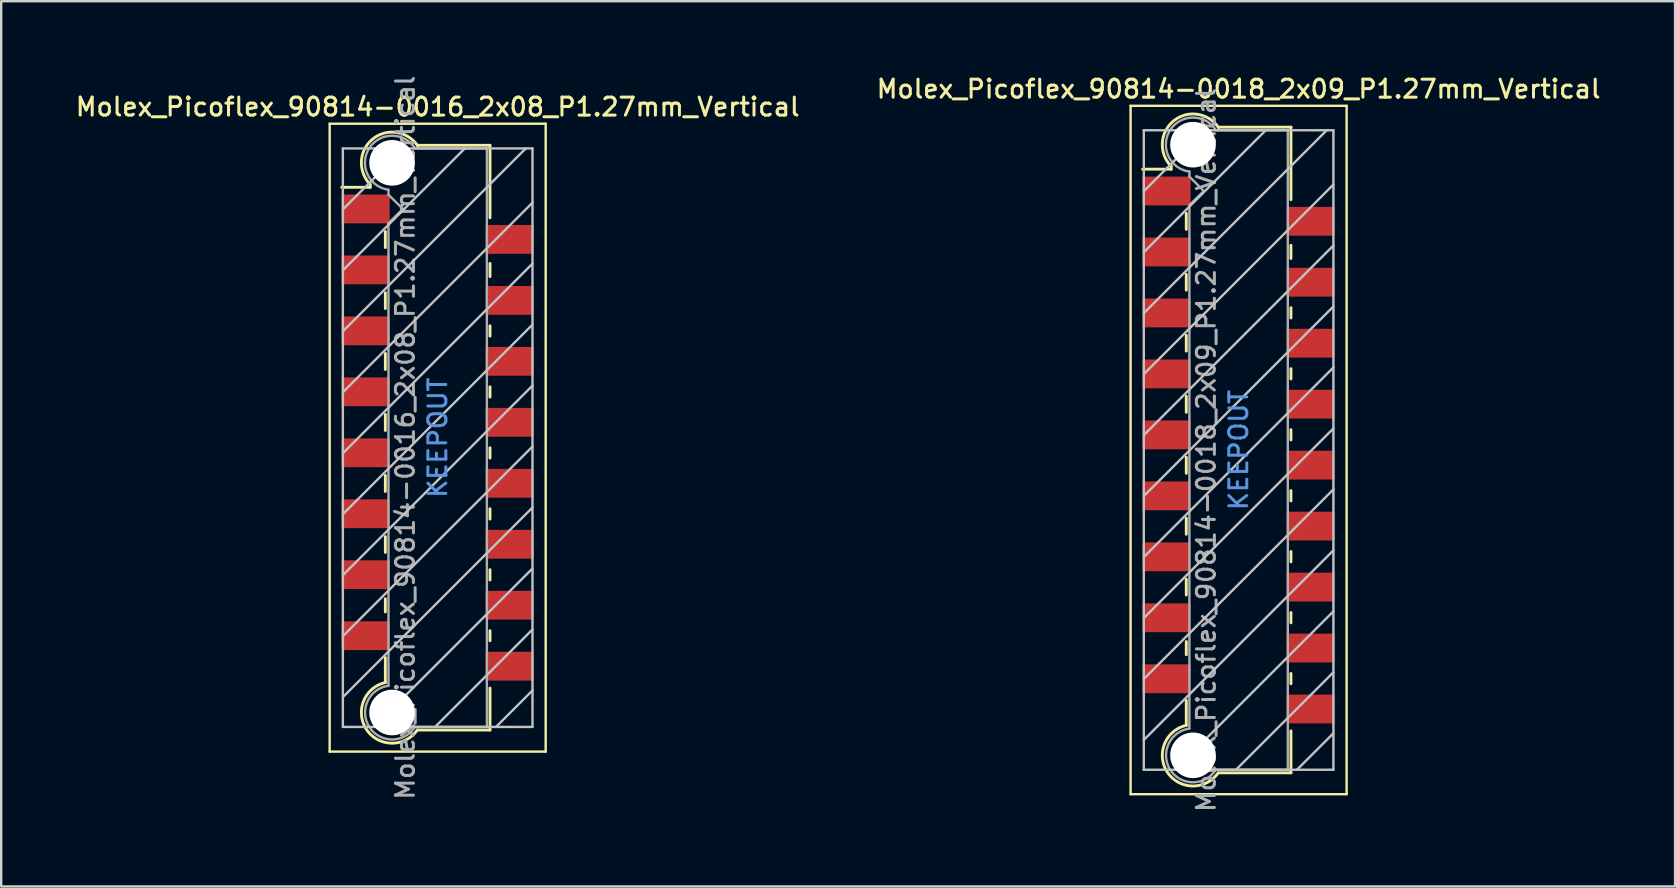
<source format=kicad_pcb>
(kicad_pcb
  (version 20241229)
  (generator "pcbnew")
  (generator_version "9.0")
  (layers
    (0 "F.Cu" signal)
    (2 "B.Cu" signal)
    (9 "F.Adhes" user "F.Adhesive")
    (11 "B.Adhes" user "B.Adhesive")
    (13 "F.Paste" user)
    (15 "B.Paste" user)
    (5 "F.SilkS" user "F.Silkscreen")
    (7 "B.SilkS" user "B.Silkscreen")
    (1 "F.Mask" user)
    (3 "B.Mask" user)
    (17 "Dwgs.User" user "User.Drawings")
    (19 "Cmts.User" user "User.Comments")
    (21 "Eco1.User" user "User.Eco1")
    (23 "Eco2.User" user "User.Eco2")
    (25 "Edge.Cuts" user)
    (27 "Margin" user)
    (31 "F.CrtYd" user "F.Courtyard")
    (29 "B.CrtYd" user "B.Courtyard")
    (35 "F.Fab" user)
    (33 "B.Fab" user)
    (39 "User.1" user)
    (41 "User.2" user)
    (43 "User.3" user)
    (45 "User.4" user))
  (footprint "Molex_Picoflex_90814-0016_2x08_P1.27mm_Vertical"
    (layer "F.Cu")
    (at 15.184 15.184)
    (property "Reference" "Molex_Picoflex_90814-0016_2x08_P1.27mm_Vertical" (at 0 -13.78 0) (layer "F.SilkS") (effects (font (size 0.75 0.75) (thickness 0.125))))
    (attr smd)
    (fp_line (start -4.5 -13.08) (end -4.5 13.08) (stroke (width 0.1) (type solid)) (layer "F.SilkS"))
    (fp_line (start -4.5 13.08) (end 4.5 13.08) (stroke (width 0.1) (type solid)) (layer "F.SilkS"))
    (fp_line (start -2.81 -10.55) (end -2.81 -10.43) (stroke (width 0.12) (type solid)) (layer "F.SilkS"))
    (fp_line (start -2.81 -10.43) (end -4 -10.43) (stroke (width 0.12) (type solid)) (layer "F.SilkS"))
    (fp_line (start -2.18 -7.92) (end -2.18 -8.59) (stroke (width 0.12) (type solid)) (layer "F.SilkS"))
    (fp_line (start -2.18 -5.38) (end -2.18 -6.04) (stroke (width 0.12) (type solid)) (layer "F.SilkS"))
    (fp_line (start -2.18 -2.84) (end -2.18 -3.51) (stroke (width 0.12) (type solid)) (layer "F.SilkS"))
    (fp_line (start -2.18 -0.3) (end -2.18 -0.97) (stroke (width 0.12) (type solid)) (layer "F.SilkS"))
    (fp_line (start -2.18 2.24) (end -2.18 1.57) (stroke (width 0.12) (type solid)) (layer "F.SilkS"))
    (fp_line (start -2.18 4.78) (end -2.18 4.12) (stroke (width 0.12) (type solid)) (layer "F.SilkS"))
    (fp_line (start -2.18 7.26) (end -2.18 6.71) (stroke (width 0.12) (type solid)) (layer "F.SilkS"))
    (fp_line (start -2.18 10.2) (end -2.18 9.16) (stroke (width 0.12) (type solid)) (layer "F.SilkS"))
    (fp_line (start 2.18 -12.18) (end -0.82 -12.18) (stroke (width 0.12) (type solid)) (layer "F.SilkS"))
    (fp_line (start 2.18 -12.18) (end 2.18 -9.16) (stroke (width 0.12) (type solid)) (layer "F.SilkS"))
    (fp_line (start 2.18 -7.26) (end 2.18 -6.71) (stroke (width 0.12) (type solid)) (layer "F.SilkS"))
    (fp_line (start 2.18 -4.66) (end 2.18 -4.23) (stroke (width 0.12) (type solid)) (layer "F.SilkS"))
    (fp_line (start 2.18 -2.12) (end 2.18 -1.69) (stroke (width 0.12) (type solid)) (layer "F.SilkS"))
    (fp_line (start 2.18 0.42) (end 2.18 0.85) (stroke (width 0.12) (type solid)) (layer "F.SilkS"))
    (fp_line (start 2.18 2.96) (end 2.18 3.39) (stroke (width 0.12) (type solid)) (layer "F.SilkS"))
    (fp_line (start 2.18 5.5) (end 2.18 5.93) (stroke (width 0.12) (type solid)) (layer "F.SilkS"))
    (fp_line (start 2.18 8.04) (end 2.18 8.46) (stroke (width 0.12) (type solid)) (layer "F.SilkS"))
    (fp_line (start 2.18 10.43) (end 2.18 12.18) (stroke (width 0.12) (type solid)) (layer "F.SilkS"))
    (fp_line (start 2.18 12.18) (end -0.85 12.18) (stroke (width 0.12) (type solid)) (layer "F.SilkS"))
    (fp_line (start 4.5 -13.08) (end -4.5 -13.08) (stroke (width 0.1) (type solid)) (layer "F.SilkS"))
    (fp_line (start 4.5 13.08) (end 4.5 -13.08) (stroke (width 0.1) (type solid)) (layer "F.SilkS"))
    (fp_arc (start -2.81 -10.55) (mid -2.708637 -12.442072) (end -0.834991 -12.159828) (stroke (width 0.12) (type solid)) (layer "F.SilkS"))
    (fp_arc (start -0.85 12.18) (mid -2.962791 12.161248) (end -2.174424 10.200964) (stroke (width 0.12) (type solid)) (layer "F.SilkS"))
    (fp_line (start -3.95 -12.05) (end -3.95 12.05) (stroke (width 0.1) (type solid)) (layer "Dwgs.User"))
    (fp_line (start -3.95 -9.51) (end -1.41 -12.05) (stroke (width 0.1) (type solid)) (layer "Dwgs.User"))
    (fp_line (start -3.95 -6.97) (end 1.13 -12.05) (stroke (width 0.1) (type solid)) (layer "Dwgs.User"))
    (fp_line (start -3.95 -4.43) (end 3.67 -12.05) (stroke (width 0.1) (type solid)) (layer "Dwgs.User"))
    (fp_line (start -3.95 -1.89) (end 3.95 -9.79) (stroke (width 0.1) (type solid)) (layer "Dwgs.User"))
    (fp_line (start -3.95 0.65) (end 3.95 -7.25) (stroke (width 0.1) (type solid)) (layer "Dwgs.User"))
    (fp_line (start -3.95 3.19) (end 3.95 -4.71) (stroke (width 0.1) (type solid)) (layer "Dwgs.User"))
    (fp_line (start -3.95 5.73) (end 3.95 -2.17) (stroke (width 0.1) (type solid)) (layer "Dwgs.User"))
    (fp_line (start -3.95 8.27) (end 3.95 0.37) (stroke (width 0.1) (type solid)) (layer "Dwgs.User"))
    (fp_line (start -3.95 10.81) (end 3.95 2.91) (stroke (width 0.1) (type solid)) (layer "Dwgs.User"))
    (fp_line (start -3.95 12.05) (end 3.95 12.05) (stroke (width 0.1) (type solid)) (layer "Dwgs.User"))
    (fp_line (start -2.65 12.05) (end 3.95 5.45) (stroke (width 0.1) (type solid)) (layer "Dwgs.User"))
    (fp_line (start -0.11 12.05) (end 3.95 7.99) (stroke (width 0.1) (type solid)) (layer "Dwgs.User"))
    (fp_line (start 2.43 12.05) (end 3.95 10.53) (stroke (width 0.1) (type solid)) (layer "Dwgs.User"))
    (fp_line (start 3.95 -12.05) (end -3.95 -12.05) (stroke (width 0.1) (type solid)) (layer "Dwgs.User"))
    (fp_line (start 3.95 12.05) (end 3.95 -12.05) (stroke (width 0.1) (type solid)) (layer "Dwgs.User"))
    (fp_line (start -2.05 -10.12) (end -2.05 -10.33) (stroke (width 0.1) (type solid)) (layer "F.Fab"))
    (fp_line (start -2.05 -8.93) (end -1.45 -9.53) (stroke (width 0.1) (type solid)) (layer "F.Fab"))
    (fp_line (start -2.05 10.33) (end -2.05 -8.93) (stroke (width 0.1) (type solid)) (layer "F.Fab"))
    (fp_line (start -1.45 -9.53) (end -2.05 -10.12) (stroke (width 0.1) (type solid)) (layer "F.Fab"))
    (fp_line (start 2.05 -12.05) (end -0.93 -12.05) (stroke (width 0.1) (type solid)) (layer "F.Fab"))
    (fp_line (start 2.05 -12.05) (end 2.05 12.05) (stroke (width 0.1) (type solid)) (layer "F.Fab"))
    (fp_line (start 2.05 12.05) (end -0.95 12.05) (stroke (width 0.1) (type solid)) (layer "F.Fab"))
    (fp_arc (start -2.05 -10.33) (mid -2.851672 -12.059279) (end -0.945612 -12.055015) (stroke (width 0.1) (type solid)) (layer "F.Fab"))
    (fp_arc (start -0.95 12.05) (mid -2.845272 12.057422) (end -2.051022 10.336585) (stroke (width 0.1) (type solid)) (layer "F.Fab"))
    (fp_text user "KEEPOUT" (at 0 0 90) (layer "Cmts.User") (effects (font (size 0.75 0.75) (thickness 0.125))))
    (fp_text user "${REFERENCE}" (at -1.35 0 90) (layer "F.Fab") (effects (font (size 0.75 0.75) (thickness 0.125))))
    (pad "" np_thru_hole circle (at -1.9 -11.45) (size 1.9 1.9) (drill 1.9) (layers "*.Cu" "*.Mask"))
    (pad "" np_thru_hole circle (at -1.9 11.45) (size 1.9 1.9) (drill 1.9) (layers "*.Cu" "*.Mask"))
    (pad "1" smd rect (at -3 -9.53) (size 2 1.2) (layers "F.Cu" "F.Mask" "F.Paste"))
    (pad "2" smd rect (at 3 -8.26) (size 2 1.2) (layers "F.Cu" "F.Mask" "F.Paste"))
    (pad "3" smd rect (at -3 -6.99) (size 2 1.2) (layers "F.Cu" "F.Mask" "F.Paste"))
    (pad "4" smd rect (at 3 -5.72) (size 2 1.2) (layers "F.Cu" "F.Mask" "F.Paste"))
    (pad "5" smd rect (at -3 -4.45) (size 2 1.2) (layers "F.Cu" "F.Mask" "F.Paste"))
    (pad "6" smd rect (at 3 -3.18) (size 2 1.2) (layers "F.Cu" "F.Mask" "F.Paste"))
    (pad "7" smd rect (at -3 -1.91) (size 2 1.2) (layers "F.Cu" "F.Mask" "F.Paste"))
    (pad "8" smd rect (at 3 -0.64) (size 2 1.2) (layers "F.Cu" "F.Mask" "F.Paste"))
    (pad "9" smd rect (at -3 0.63) (size 2 1.2) (layers "F.Cu" "F.Mask" "F.Paste"))
    (pad "10" smd rect (at 3 1.9) (size 2 1.2) (layers "F.Cu" "F.Mask" "F.Paste"))
    (pad "11" smd rect (at -3 3.17) (size 2 1.2) (layers "F.Cu" "F.Mask" "F.Paste"))
    (pad "12" smd rect (at 3 4.44) (size 2 1.2) (layers "F.Cu" "F.Mask" "F.Paste"))
    (pad "13" smd rect (at -3 5.71) (size 2 1.2) (layers "F.Cu" "F.Mask" "F.Paste"))
    (pad "14" smd rect (at 3 6.98) (size 2 1.2) (layers "F.Cu" "F.Mask" "F.Paste"))
    (pad "15" smd rect (at -3 8.25) (size 2 1.2) (layers "F.Cu" "F.Mask" "F.Paste"))
    (pad "16" smd rect (at 3 9.52) (size 2 1.2) (layers "F.Cu" "F.Mask" "F.Paste")))
  (footprint "Molex_Picoflex_90814-0018_2x09_P1.27mm_Vertical"
    (layer "F.Cu")
    (at 48.552 15.698)
    (property "Reference" "Molex_Picoflex_90814-0018_2x09_P1.27mm_Vertical" (at 0 -15.04 0) (layer "F.SilkS") (effects (font (size 0.75 0.75) (thickness 0.125))))
    (attr smd)
    (fp_line (start -4.5 -14.34) (end -4.5 14.34) (stroke (width 0.1) (type solid)) (layer "F.SilkS"))
    (fp_line (start -4.5 14.34) (end 4.5 14.34) (stroke (width 0.1) (type solid)) (layer "F.SilkS"))
    (fp_line (start -2.81 -11.82) (end -2.81 -11.7) (stroke (width 0.12) (type solid)) (layer "F.SilkS"))
    (fp_line (start -2.81 -11.7) (end -4 -11.7) (stroke (width 0.12) (type solid)) (layer "F.SilkS"))
    (fp_line (start -2.18 -9.19) (end -2.18 -9.86) (stroke (width 0.12) (type solid)) (layer "F.SilkS"))
    (fp_line (start -2.18 -6.66) (end -2.18 -7.32) (stroke (width 0.12) (type solid)) (layer "F.SilkS"))
    (fp_line (start -2.18 -4.12) (end -2.18 -4.78) (stroke (width 0.12) (type solid)) (layer "F.SilkS"))
    (fp_line (start -2.18 -1.57) (end -2.18 -2.24) (stroke (width 0.12) (type solid)) (layer "F.SilkS"))
    (fp_line (start -2.18 0.97) (end -2.18 0.3) (stroke (width 0.12) (type solid)) (layer "F.SilkS"))
    (fp_line (start -2.18 3.51) (end -2.18 2.84) (stroke (width 0.12) (type solid)) (layer "F.SilkS"))
    (fp_line (start -2.18 6.04) (end -2.18 5.38) (stroke (width 0.12) (type solid)) (layer "F.SilkS"))
    (fp_line (start -2.18 8.53) (end -2.18 7.98) (stroke (width 0.12) (type solid)) (layer "F.SilkS"))
    (fp_line (start -2.18 11.47) (end -2.18 10.43) (stroke (width 0.12) (type solid)) (layer "F.SilkS"))
    (fp_line (start 2.18 -13.45) (end -0.82 -13.45) (stroke (width 0.12) (type solid)) (layer "F.SilkS"))
    (fp_line (start 2.18 -13.45) (end 2.18 -10.43) (stroke (width 0.12) (type solid)) (layer "F.SilkS"))
    (fp_line (start 2.18 -8.53) (end 2.18 -7.98) (stroke (width 0.12) (type solid)) (layer "F.SilkS"))
    (fp_line (start 2.18 -5.93) (end 2.18 -5.5) (stroke (width 0.12) (type solid)) (layer "F.SilkS"))
    (fp_line (start 2.18 -3.39) (end 2.18 -2.96) (stroke (width 0.12) (type solid)) (layer "F.SilkS"))
    (fp_line (start 2.18 -0.85) (end 2.18 -0.42) (stroke (width 0.12) (type solid)) (layer "F.SilkS"))
    (fp_line (start 2.18 1.69) (end 2.18 2.12) (stroke (width 0.12) (type solid)) (layer "F.SilkS"))
    (fp_line (start 2.18 4.23) (end 2.18 4.66) (stroke (width 0.12) (type solid)) (layer "F.SilkS"))
    (fp_line (start 2.18 6.77) (end 2.18 7.2) (stroke (width 0.12) (type solid)) (layer "F.SilkS"))
    (fp_line (start 2.18 9.31) (end 2.18 9.74) (stroke (width 0.12) (type solid)) (layer "F.SilkS"))
    (fp_line (start 2.18 11.7) (end 2.18 13.45) (stroke (width 0.12) (type solid)) (layer "F.SilkS"))
    (fp_line (start 2.18 13.45) (end -0.85 13.45) (stroke (width 0.12) (type solid)) (layer "F.SilkS"))
    (fp_line (start 4.5 -14.34) (end -4.5 -14.34) (stroke (width 0.1) (type solid)) (layer "F.SilkS"))
    (fp_line (start 4.5 14.34) (end 4.5 -14.34) (stroke (width 0.1) (type solid)) (layer "F.SilkS"))
    (fp_arc (start -2.81 -11.82) (mid -2.708637 -13.712072) (end -0.834991 -13.429828) (stroke (width 0.12) (type solid)) (layer "F.SilkS"))
    (fp_arc (start -0.85 13.45) (mid -2.962791 13.431248) (end -2.174424 11.470964) (stroke (width 0.12) (type solid)) (layer "F.SilkS"))
    (fp_line (start -3.95 -13.32) (end -3.95 13.32) (stroke (width 0.1) (type solid)) (layer "Dwgs.User"))
    (fp_line (start -3.95 -10.78) (end -1.41 -13.32) (stroke (width 0.1) (type solid)) (layer "Dwgs.User"))
    (fp_line (start -3.95 -8.24) (end 1.13 -13.32) (stroke (width 0.1) (type solid)) (layer "Dwgs.User"))
    (fp_line (start -3.95 -5.7) (end 3.67 -13.32) (stroke (width 0.1) (type solid)) (layer "Dwgs.User"))
    (fp_line (start -3.95 -3.16) (end 3.95 -11.06) (stroke (width 0.1) (type solid)) (layer "Dwgs.User"))
    (fp_line (start -3.95 -0.62) (end 3.95 -8.52) (stroke (width 0.1) (type solid)) (layer "Dwgs.User"))
    (fp_line (start -3.95 1.92) (end 3.95 -5.98) (stroke (width 0.1) (type solid)) (layer "Dwgs.User"))
    (fp_line (start -3.95 4.46) (end 3.95 -3.44) (stroke (width 0.1) (type solid)) (layer "Dwgs.User"))
    (fp_line (start -3.95 7) (end 3.95 -0.9) (stroke (width 0.1) (type solid)) (layer "Dwgs.User"))
    (fp_line (start -3.95 9.54) (end 3.95 1.64) (stroke (width 0.1) (type solid)) (layer "Dwgs.User"))
    (fp_line (start -3.95 12.08) (end 3.95 4.18) (stroke (width 0.1) (type solid)) (layer "Dwgs.User"))
    (fp_line (start -3.95 13.32) (end 3.95 13.32) (stroke (width 0.1) (type solid)) (layer "Dwgs.User"))
    (fp_line (start -2.65 13.32) (end 3.95 6.72) (stroke (width 0.1) (type solid)) (layer "Dwgs.User"))
    (fp_line (start -0.11 13.32) (end 3.95 9.26) (stroke (width 0.1) (type solid)) (layer "Dwgs.User"))
    (fp_line (start 2.43 13.32) (end 3.95 11.8) (stroke (width 0.1) (type solid)) (layer "Dwgs.User"))
    (fp_line (start 3.95 -13.32) (end -3.95 -13.32) (stroke (width 0.1) (type solid)) (layer "Dwgs.User"))
    (fp_line (start 3.95 13.32) (end 3.95 -13.32) (stroke (width 0.1) (type solid)) (layer "Dwgs.User"))
    (fp_line (start -2.05 -11.39) (end -2.05 -11.6) (stroke (width 0.1) (type solid)) (layer "F.Fab"))
    (fp_line (start -2.05 -10.2) (end -1.45 -10.79) (stroke (width 0.1) (type solid)) (layer "F.Fab"))
    (fp_line (start -2.05 11.6) (end -2.05 -10.2) (stroke (width 0.1) (type solid)) (layer "F.Fab"))
    (fp_line (start -1.45 -10.79) (end -2.05 -11.39) (stroke (width 0.1) (type solid)) (layer "F.Fab"))
    (fp_line (start 2.05 -13.32) (end -0.93 -13.32) (stroke (width 0.1) (type solid)) (layer "F.Fab"))
    (fp_line (start 2.05 -13.32) (end 2.05 13.32) (stroke (width 0.1) (type solid)) (layer "F.Fab"))
    (fp_line (start 2.05 13.32) (end -0.95 13.32) (stroke (width 0.1) (type solid)) (layer "F.Fab"))
    (fp_arc (start -2.05 -11.6) (mid -2.851672 -13.329279) (end -0.945612 -13.325015) (stroke (width 0.1) (type solid)) (layer "F.Fab"))
    (fp_arc (start -0.95 13.32) (mid -2.845272 13.327422) (end -2.051022 11.606585) (stroke (width 0.1) (type solid)) (layer "F.Fab"))
    (fp_text user "KEEPOUT" (at 0 0 90) (layer "Cmts.User") (effects (font (size 0.75 0.75) (thickness 0.125))))
    (fp_text user "${REFERENCE}" (at -1.35 0 90) (layer "F.Fab") (effects (font (size 0.75 0.75) (thickness 0.125))))
    (pad "" np_thru_hole circle (at -1.9 -12.72) (size 1.9 1.9) (drill 1.9) (layers "*.Cu" "*.Mask"))
    (pad "" np_thru_hole circle (at -1.9 12.72) (size 1.9 1.9) (drill 1.9) (layers "*.Cu" "*.Mask"))
    (pad "1" smd rect (at -3 -10.79) (size 2 1.2) (layers "F.Cu" "F.Mask" "F.Paste"))
    (pad "2" smd rect (at 3 -9.53) (size 2 1.2) (layers "F.Cu" "F.Mask" "F.Paste"))
    (pad "3" smd rect (at -3 -8.25) (size 2 1.2) (layers "F.Cu" "F.Mask" "F.Paste"))
    (pad "4" smd rect (at 3 -6.99) (size 2 1.2) (layers "F.Cu" "F.Mask" "F.Paste"))
    (pad "5" smd rect (at -3 -5.71) (size 2 1.2) (layers "F.Cu" "F.Mask" "F.Paste"))
    (pad "6" smd rect (at 3 -4.45) (size 2 1.2) (layers "F.Cu" "F.Mask" "F.Paste"))
    (pad "7" smd rect (at -3 -3.17) (size 2 1.2) (layers "F.Cu" "F.Mask" "F.Paste"))
    (pad "8" smd rect (at 3 -1.91) (size 2 1.2) (layers "F.Cu" "F.Mask" "F.Paste"))
    (pad "9" smd rect (at -3 -0.63) (size 2 1.2) (layers "F.Cu" "F.Mask" "F.Paste"))
    (pad "10" smd rect (at 3 0.63) (size 2 1.2) (layers "F.Cu" "F.Mask" "F.Paste"))
    (pad "11" smd rect (at -3 1.91) (size 2 1.2) (layers "F.Cu" "F.Mask" "F.Paste"))
    (pad "12" smd rect (at 3 3.17) (size 2 1.2) (layers "F.Cu" "F.Mask" "F.Paste"))
    (pad "13" smd rect (at -3 4.45) (size 2 1.2) (layers "F.Cu" "F.Mask" "F.Paste"))
    (pad "14" smd rect (at 3 5.71) (size 2 1.2) (layers "F.Cu" "F.Mask" "F.Paste"))
    (pad "15" smd rect (at -3 6.99) (size 2 1.2) (layers "F.Cu" "F.Mask" "F.Paste"))
    (pad "16" smd rect (at 3 8.25) (size 2 1.2) (layers "F.Cu" "F.Mask" "F.Paste"))
    (pad "17" smd rect (at -3 9.53) (size 2 1.2) (layers "F.Cu" "F.Mask" "F.Paste"))
    (pad "18" smd rect (at 3 10.79) (size 2 1.2) (layers "F.Cu" "F.Mask" "F.Paste")))
  (gr_rect
    (start -3 -3)
    (end 66.736 33.882)
    (stroke (width 0.1) (type default))
    (fill no)
    (layer "Edge.Cuts")))
</source>
